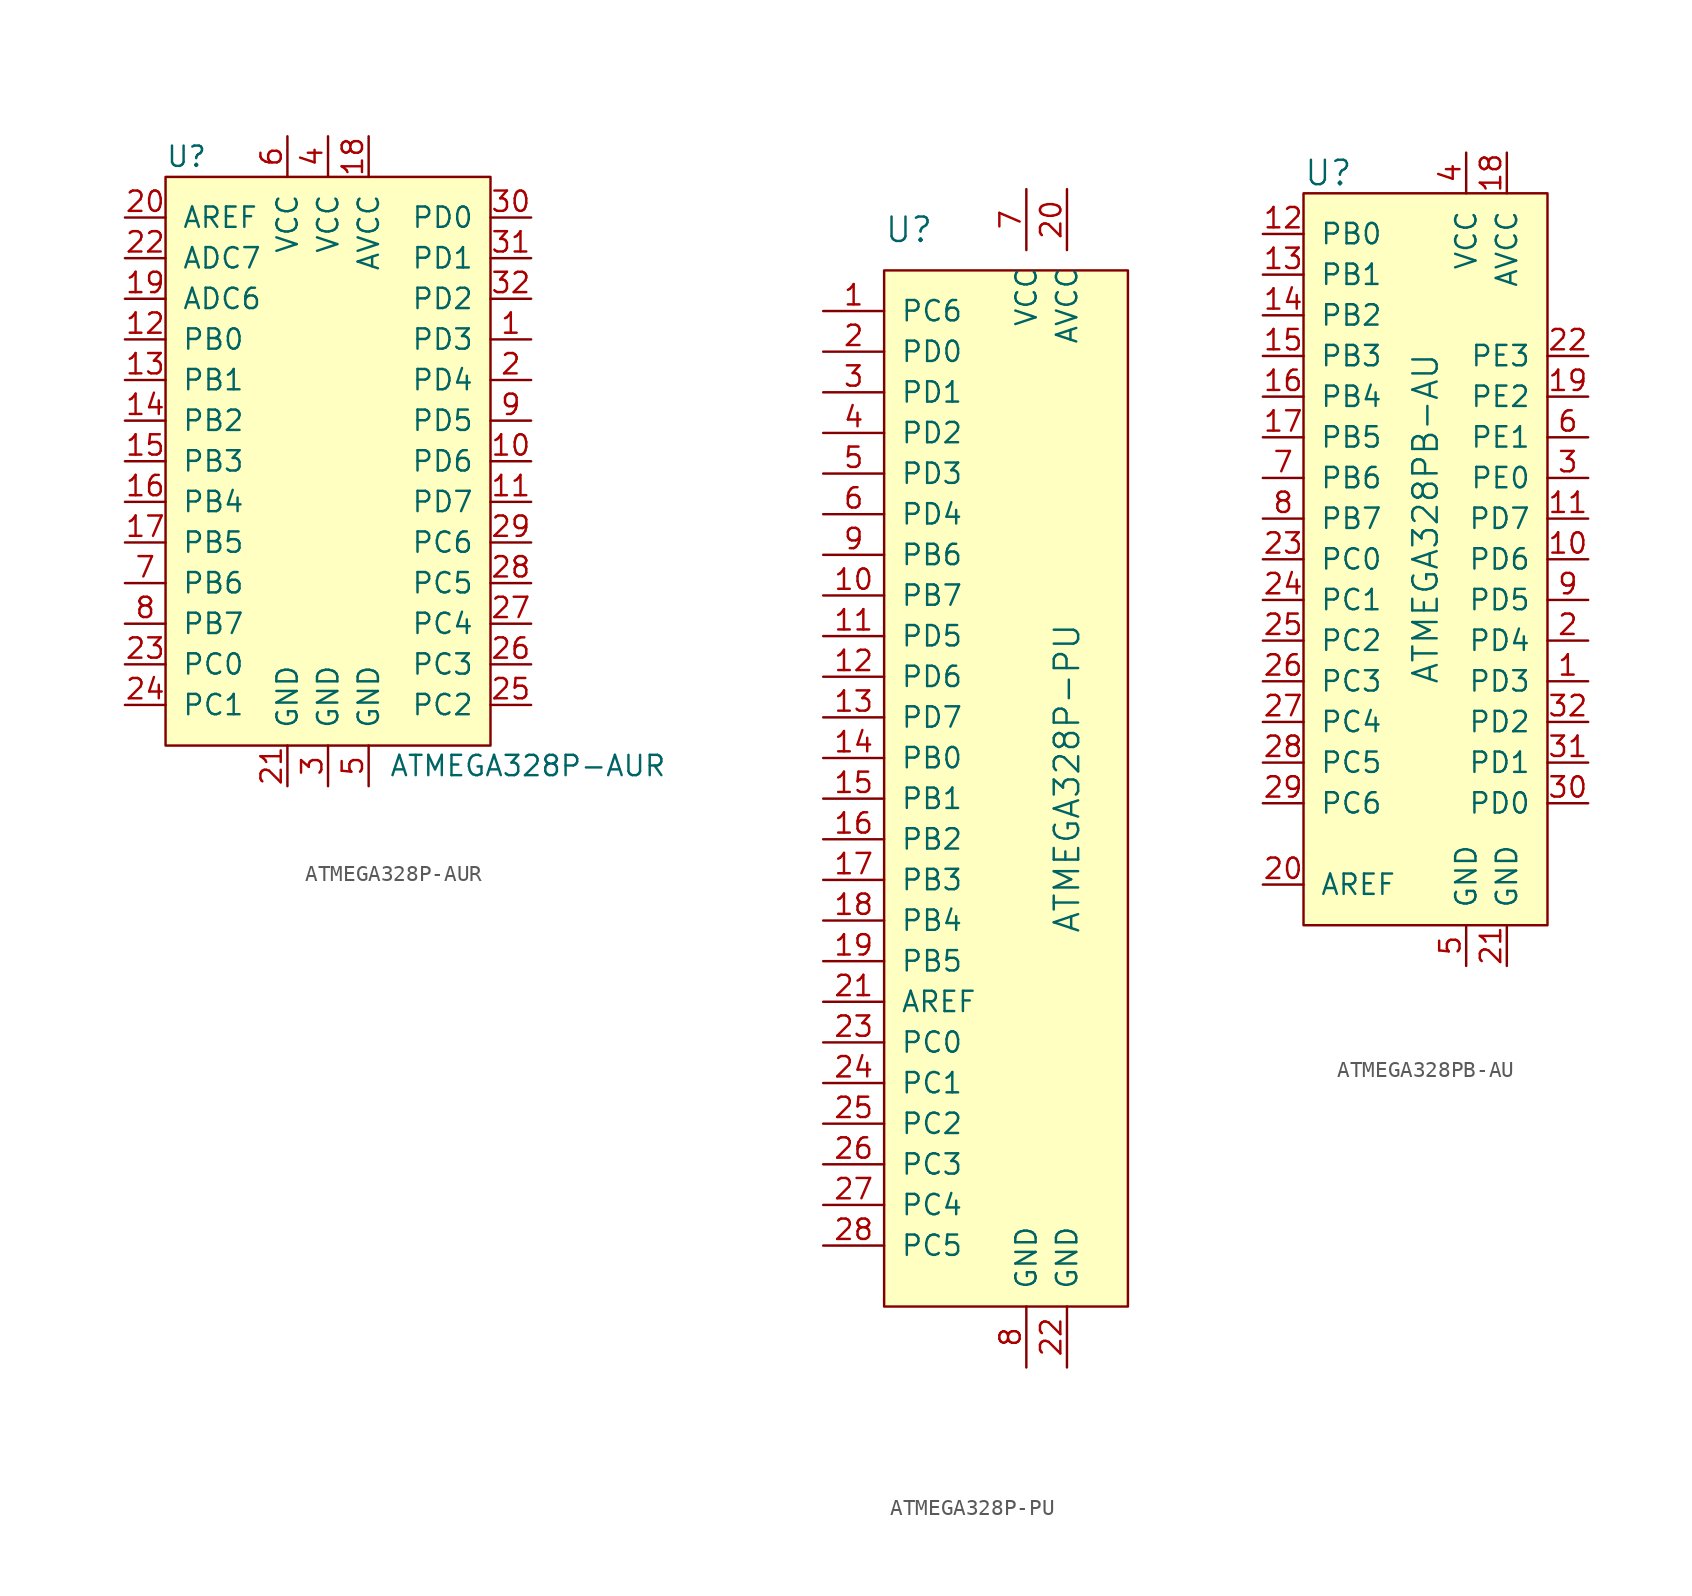
<source format=kicad_sym>
(kicad_symbol_lib
  (version 20220914)
  (generator kicad_symbol_editor)
  (symbol "ATMEGA328P-AUR"
    (pin_names
      (offset 1.016))
    (property "Reference" "U"
      (at -10.16 24.13 0)
      (effects (font (size 1.27 1.27)) (justify left)))
    (property "Value" "ATMEGA328P-AUR"
      (at 3.81 -13.97 0)
      (effects (font (size 1.27 1.27)) (justify left)))
    (symbol "ATMEGA328P-AUR_0_1"
      (rectangle (start -10.16 22.86) (end 10.16 -12.7) (stroke (width 0) (type solid)) (fill (type background))))
    (symbol "ATMEGA328P-AUR_1_1"
      (pin bidirectional line (at 12.7 12.7 180) (length 2.54) (name "PD3" (effects (font (size 1.27 1.27)))) (number "1" (effects (font (size 1.27 1.27)))))
      (pin bidirectional line (at 12.7 5.08 180) (length 2.54) (name "PD6" (effects (font (size 1.27 1.27)))) (number "10" (effects (font (size 1.27 1.27)))))
      (pin bidirectional line (at 12.7 2.54 180) (length 2.54) (name "PD7" (effects (font (size 1.27 1.27)))) (number "11" (effects (font (size 1.27 1.27)))))
      (pin bidirectional line (at -12.7 12.7 0) (length 2.54) (name "PB0" (effects (font (size 1.27 1.27)))) (number "12" (effects (font (size 1.27 1.27)))))
      (pin bidirectional line (at -12.7 10.16 0) (length 2.54) (name "PB1" (effects (font (size 1.27 1.27)))) (number "13" (effects (font (size 1.27 1.27)))))
      (pin bidirectional line (at -12.7 7.62 0) (length 2.54) (name "PB2" (effects (font (size 1.27 1.27)))) (number "14" (effects (font (size 1.27 1.27)))))
      (pin bidirectional line (at -12.7 5.08 0) (length 2.54) (name "PB3" (effects (font (size 1.27 1.27)))) (number "15" (effects (font (size 1.27 1.27)))))
      (pin bidirectional line (at -12.7 2.54 0) (length 2.54) (name "PB4" (effects (font (size 1.27 1.27)))) (number "16" (effects (font (size 1.27 1.27)))))
      (pin bidirectional line (at -12.7 0 0) (length 2.54) (name "PB5" (effects (font (size 1.27 1.27)))) (number "17" (effects (font (size 1.27 1.27)))))
      (pin power_in line (at 2.54 25.4 270) (length 2.54) (name "AVCC" (effects (font (size 1.27 1.27)))) (number "18" (effects (font (size 1.27 1.27)))))
      (pin input line (at -12.7 15.24 0) (length 2.54) (name "ADC6" (effects (font (size 1.27 1.27)))) (number "19" (effects (font (size 1.27 1.27)))))
      (pin bidirectional line (at 12.7 10.16 180) (length 2.54) (name "PD4" (effects (font (size 1.27 1.27)))) (number "2" (effects (font (size 1.27 1.27)))))
      (pin input line (at -12.7 20.32 0) (length 2.54) (name "AREF" (effects (font (size 1.27 1.27)))) (number "20" (effects (font (size 1.27 1.27)))))
      (pin power_in line (at -2.54 -15.24 90) (length 2.54) (name "GND" (effects (font (size 1.27 1.27)))) (number "21" (effects (font (size 1.27 1.27)))))
      (pin input line (at -12.7 17.78 0) (length 2.54) (name "ADC7" (effects (font (size 1.27 1.27)))) (number "22" (effects (font (size 1.27 1.27)))))
      (pin bidirectional line (at -12.7 -7.62 0) (length 2.54) (name "PC0" (effects (font (size 1.27 1.27)))) (number "23" (effects (font (size 1.27 1.27)))))
      (pin bidirectional line (at -12.7 -10.16 0) (length 2.54) (name "PC1" (effects (font (size 1.27 1.27)))) (number "24" (effects (font (size 1.27 1.27)))))
      (pin bidirectional line (at 12.7 -10.16 180) (length 2.54) (name "PC2" (effects (font (size 1.27 1.27)))) (number "25" (effects (font (size 1.27 1.27)))))
      (pin bidirectional line (at 12.7 -7.62 180) (length 2.54) (name "PC3" (effects (font (size 1.27 1.27)))) (number "26" (effects (font (size 1.27 1.27)))))
      (pin bidirectional line (at 12.7 -5.08 180) (length 2.54) (name "PC4" (effects (font (size 1.27 1.27)))) (number "27" (effects (font (size 1.27 1.27)))))
      (pin bidirectional line (at 12.7 -2.54 180) (length 2.54) (name "PC5" (effects (font (size 1.27 1.27)))) (number "28" (effects (font (size 1.27 1.27)))))
      (pin bidirectional line (at 12.7 0 180) (length 2.54) (name "PC6" (effects (font (size 1.27 1.27)))) (number "29" (effects (font (size 1.27 1.27)))))
      (pin power_in line (at 0 -15.24 90) (length 2.54) (name "GND" (effects (font (size 1.27 1.27)))) (number "3" (effects (font (size 1.27 1.27)))))
      (pin bidirectional line (at 12.7 20.32 180) (length 2.54) (name "PD0" (effects (font (size 1.27 1.27)))) (number "30" (effects (font (size 1.27 1.27)))))
      (pin bidirectional line (at 12.7 17.78 180) (length 2.54) (name "PD1" (effects (font (size 1.27 1.27)))) (number "31" (effects (font (size 1.27 1.27)))))
      (pin bidirectional line (at 12.7 15.24 180) (length 2.54) (name "PD2" (effects (font (size 1.27 1.27)))) (number "32" (effects (font (size 1.27 1.27)))))
      (pin power_in line (at 0 25.4 270) (length 2.54) (name "VCC" (effects (font (size 1.27 1.27)))) (number "4" (effects (font (size 1.27 1.27)))))
      (pin power_in line (at 2.54 -15.24 90) (length 2.54) (name "GND" (effects (font (size 1.27 1.27)))) (number "5" (effects (font (size 1.27 1.27)))))
      (pin power_in line (at -2.54 25.4 270) (length 2.54) (name "VCC" (effects (font (size 1.27 1.27)))) (number "6" (effects (font (size 1.27 1.27)))))
      (pin bidirectional line (at -12.7 -2.54 0) (length 2.54) (name "PB6" (effects (font (size 1.27 1.27)))) (number "7" (effects (font (size 1.27 1.27)))))
      (pin bidirectional line (at -12.7 -5.08 0) (length 2.54) (name "PB7" (effects (font (size 1.27 1.27)))) (number "8" (effects (font (size 1.27 1.27)))))
      (pin bidirectional line (at 12.7 7.62 180) (length 2.54) (name "PD5" (effects (font (size 1.27 1.27)))) (number "9" (effects (font (size 1.27 1.27)))))))
  (symbol "ATMEGA328P-PU"
    (pin_names
      (offset 1.016))
    (property "Reference" "U"
      (at -8.89 33.02 0)
      (effects (font (size 1.524 1.524)) (justify left)))
    (property "Value" "ATMEGA328P-PU"
      (at 2.54 -1.27 90)
      (effects (font (size 1.524 1.524))))
    (symbol "ATMEGA328P-PU_0_1"
      (rectangle (start -8.89 30.48) (end 6.35 -34.29) (stroke (width 0) (type solid)) (fill (type background))))
    (symbol "ATMEGA328P-PU_1_1"
      (pin bidirectional line (at -12.7 27.94 0) (length 3.81) (name "PC6" (effects (font (size 1.27 1.27)))) (number "1" (effects (font (size 1.27 1.27)))))
      (pin bidirectional line (at -12.7 10.16 0) (length 3.81) (name "PB7" (effects (font (size 1.27 1.27)))) (number "10" (effects (font (size 1.27 1.27)))))
      (pin bidirectional line (at -12.7 7.62 0) (length 3.81) (name "PD5" (effects (font (size 1.27 1.27)))) (number "11" (effects (font (size 1.27 1.27)))))
      (pin bidirectional line (at -12.7 5.08 0) (length 3.81) (name "PD6" (effects (font (size 1.27 1.27)))) (number "12" (effects (font (size 1.27 1.27)))))
      (pin bidirectional line (at -12.7 2.54 0) (length 3.81) (name "PD7" (effects (font (size 1.27 1.27)))) (number "13" (effects (font (size 1.27 1.27)))))
      (pin bidirectional line (at -12.7 0 0) (length 3.81) (name "PB0" (effects (font (size 1.27 1.27)))) (number "14" (effects (font (size 1.27 1.27)))))
      (pin bidirectional line (at -12.7 -2.54 0) (length 3.81) (name "PB1" (effects (font (size 1.27 1.27)))) (number "15" (effects (font (size 1.27 1.27)))))
      (pin bidirectional line (at -12.7 -5.08 0) (length 3.81) (name "PB2" (effects (font (size 1.27 1.27)))) (number "16" (effects (font (size 1.27 1.27)))))
      (pin bidirectional line (at -12.7 -7.62 0) (length 3.81) (name "PB3" (effects (font (size 1.27 1.27)))) (number "17" (effects (font (size 1.27 1.27)))))
      (pin bidirectional line (at -12.7 -10.16 0) (length 3.81) (name "PB4" (effects (font (size 1.27 1.27)))) (number "18" (effects (font (size 1.27 1.27)))))
      (pin bidirectional line (at -12.7 -12.7 0) (length 3.81) (name "PB5" (effects (font (size 1.27 1.27)))) (number "19" (effects (font (size 1.27 1.27)))))
      (pin bidirectional line (at -12.7 25.4 0) (length 3.81) (name "PD0" (effects (font (size 1.27 1.27)))) (number "2" (effects (font (size 1.27 1.27)))))
      (pin power_in line (at 2.54 35.56 270) (length 3.81) (name "AVCC" (effects (font (size 1.27 1.27)))) (number "20" (effects (font (size 1.27 1.27)))))
      (pin input line (at -12.7 -15.24 0) (length 3.81) (name "AREF" (effects (font (size 1.27 1.27)))) (number "21" (effects (font (size 1.27 1.27)))))
      (pin power_in line (at 2.54 -38.1 90) (length 3.81) (name "GND" (effects (font (size 1.27 1.27)))) (number "22" (effects (font (size 1.27 1.27)))))
      (pin bidirectional line (at -12.7 -17.78 0) (length 3.81) (name "PC0" (effects (font (size 1.27 1.27)))) (number "23" (effects (font (size 1.27 1.27)))))
      (pin bidirectional line (at -12.7 -20.32 0) (length 3.81) (name "PC1" (effects (font (size 1.27 1.27)))) (number "24" (effects (font (size 1.27 1.27)))))
      (pin bidirectional line (at -12.7 -22.86 0) (length 3.81) (name "PC2" (effects (font (size 1.27 1.27)))) (number "25" (effects (font (size 1.27 1.27)))))
      (pin bidirectional line (at -12.7 -25.4 0) (length 3.81) (name "PC3" (effects (font (size 1.27 1.27)))) (number "26" (effects (font (size 1.27 1.27)))))
      (pin bidirectional line (at -12.7 -27.94 0) (length 3.81) (name "PC4" (effects (font (size 1.27 1.27)))) (number "27" (effects (font (size 1.27 1.27)))))
      (pin bidirectional line (at -12.7 -30.48 0) (length 3.81) (name "PC5" (effects (font (size 1.27 1.27)))) (number "28" (effects (font (size 1.27 1.27)))))
      (pin bidirectional line (at -12.7 22.86 0) (length 3.81) (name "PD1" (effects (font (size 1.27 1.27)))) (number "3" (effects (font (size 1.27 1.27)))))
      (pin bidirectional line (at -12.7 20.32 0) (length 3.81) (name "PD2" (effects (font (size 1.27 1.27)))) (number "4" (effects (font (size 1.27 1.27)))))
      (pin bidirectional line (at -12.7 17.78 0) (length 3.81) (name "PD3" (effects (font (size 1.27 1.27)))) (number "5" (effects (font (size 1.27 1.27)))))
      (pin bidirectional line (at -12.7 15.24 0) (length 3.81) (name "PD4" (effects (font (size 1.27 1.27)))) (number "6" (effects (font (size 1.27 1.27)))))
      (pin power_in line (at 0 35.56 270) (length 3.81) (name "VCC" (effects (font (size 1.27 1.27)))) (number "7" (effects (font (size 1.27 1.27)))))
      (pin power_in line (at 0 -38.1 90) (length 3.81) (name "GND" (effects (font (size 1.27 1.27)))) (number "8" (effects (font (size 1.27 1.27)))))
      (pin bidirectional line (at -12.7 12.7 0) (length 3.81) (name "PB6" (effects (font (size 1.27 1.27)))) (number "9" (effects (font (size 1.27 1.27)))))))
  (symbol "ATMEGA328PB-AU"
    (pin_names
      (offset 1.016))
    (property "Reference" "U"
      (at -10.16 13.97 0)
      (effects (font (size 1.524 1.524)) (justify left)))
    (property "Value" "ATMEGA328PB-AU"
      (at -2.54 -7.62 90)
      (effects (font (size 1.524 1.524))))
    (symbol "ATMEGA328PB-AU_0_1"
      (rectangle (start -10.16 12.7) (end 5.08 -33.02) (stroke (width 0) (type solid)) (fill (type background))))
    (symbol "ATMEGA328PB-AU_1_1"
      (pin bidirectional line (at 7.62 -17.78 180) (length 2.54) (name "PD3" (effects (font (size 1.27 1.27)))) (number "1" (effects (font (size 1.27 1.27)))))
      (pin bidirectional line (at 7.62 -10.16 180) (length 2.54) (name "PD6" (effects (font (size 1.27 1.27)))) (number "10" (effects (font (size 1.27 1.27)))))
      (pin bidirectional line (at 7.62 -7.62 180) (length 2.54) (name "PD7" (effects (font (size 1.27 1.27)))) (number "11" (effects (font (size 1.27 1.27)))))
      (pin bidirectional line (at -12.7 10.16 0) (length 2.54) (name "PB0" (effects (font (size 1.27 1.27)))) (number "12" (effects (font (size 1.27 1.27)))))
      (pin bidirectional line (at -12.7 7.62 0) (length 2.54) (name "PB1" (effects (font (size 1.27 1.27)))) (number "13" (effects (font (size 1.27 1.27)))))
      (pin bidirectional line (at -12.7 5.08 0) (length 2.54) (name "PB2" (effects (font (size 1.27 1.27)))) (number "14" (effects (font (size 1.27 1.27)))))
      (pin bidirectional line (at -12.7 2.54 0) (length 2.54) (name "PB3" (effects (font (size 1.27 1.27)))) (number "15" (effects (font (size 1.27 1.27)))))
      (pin bidirectional line (at -12.7 0 0) (length 2.54) (name "PB4" (effects (font (size 1.27 1.27)))) (number "16" (effects (font (size 1.27 1.27)))))
      (pin bidirectional line (at -12.7 -2.54 0) (length 2.54) (name "PB5" (effects (font (size 1.27 1.27)))) (number "17" (effects (font (size 1.27 1.27)))))
      (pin power_in line (at 2.54 15.24 270) (length 2.54) (name "AVCC" (effects (font (size 1.27 1.27)))) (number "18" (effects (font (size 1.27 1.27)))))
      (pin bidirectional line (at 7.62 0 180) (length 2.54) (name "PE2" (effects (font (size 1.27 1.27)))) (number "19" (effects (font (size 1.27 1.27)))))
      (pin bidirectional line (at 7.62 -15.24 180) (length 2.54) (name "PD4" (effects (font (size 1.27 1.27)))) (number "2" (effects (font (size 1.27 1.27)))))
      (pin input line (at -12.7 -30.48 0) (length 2.54) (name "AREF" (effects (font (size 1.27 1.27)))) (number "20" (effects (font (size 1.27 1.27)))))
      (pin power_in line (at 2.54 -35.56 90) (length 2.54) (name "GND" (effects (font (size 1.27 1.27)))) (number "21" (effects (font (size 1.27 1.27)))))
      (pin bidirectional line (at 7.62 2.54 180) (length 2.54) (name "PE3" (effects (font (size 1.27 1.27)))) (number "22" (effects (font (size 1.27 1.27)))))
      (pin bidirectional line (at -12.7 -10.16 0) (length 2.54) (name "PC0" (effects (font (size 1.27 1.27)))) (number "23" (effects (font (size 1.27 1.27)))))
      (pin bidirectional line (at -12.7 -12.7 0) (length 2.54) (name "PC1" (effects (font (size 1.27 1.27)))) (number "24" (effects (font (size 1.27 1.27)))))
      (pin bidirectional line (at -12.7 -15.24 0) (length 2.54) (name "PC2" (effects (font (size 1.27 1.27)))) (number "25" (effects (font (size 1.27 1.27)))))
      (pin bidirectional line (at -12.7 -17.78 0) (length 2.54) (name "PC3" (effects (font (size 1.27 1.27)))) (number "26" (effects (font (size 1.27 1.27)))))
      (pin bidirectional line (at -12.7 -20.32 0) (length 2.54) (name "PC4" (effects (font (size 1.27 1.27)))) (number "27" (effects (font (size 1.27 1.27)))))
      (pin bidirectional line (at -12.7 -22.86 0) (length 2.54) (name "PC5" (effects (font (size 1.27 1.27)))) (number "28" (effects (font (size 1.27 1.27)))))
      (pin bidirectional line (at -12.7 -25.4 0) (length 2.54) (name "PC6" (effects (font (size 1.27 1.27)))) (number "29" (effects (font (size 1.27 1.27)))))
      (pin bidirectional line (at 7.62 -5.08 180) (length 2.54) (name "PE0" (effects (font (size 1.27 1.27)))) (number "3" (effects (font (size 1.27 1.27)))))
      (pin bidirectional line (at 7.62 -25.4 180) (length 2.54) (name "PD0" (effects (font (size 1.27 1.27)))) (number "30" (effects (font (size 1.27 1.27)))))
      (pin bidirectional line (at 7.62 -22.86 180) (length 2.54) (name "PD1" (effects (font (size 1.27 1.27)))) (number "31" (effects (font (size 1.27 1.27)))))
      (pin bidirectional line (at 7.62 -20.32 180) (length 2.54) (name "PD2" (effects (font (size 1.27 1.27)))) (number "32" (effects (font (size 1.27 1.27)))))
      (pin power_in line (at 0 15.24 270) (length 2.54) (name "VCC" (effects (font (size 1.27 1.27)))) (number "4" (effects (font (size 1.27 1.27)))))
      (pin power_in line (at 0 -35.56 90) (length 2.54) (name "GND" (effects (font (size 1.27 1.27)))) (number "5" (effects (font (size 1.27 1.27)))))
      (pin bidirectional line (at 7.62 -2.54 180) (length 2.54) (name "PE1" (effects (font (size 1.27 1.27)))) (number "6" (effects (font (size 1.27 1.27)))))
      (pin bidirectional line (at -12.7 -5.08 0) (length 2.54) (name "PB6" (effects (font (size 1.27 1.27)))) (number "7" (effects (font (size 1.27 1.27)))))
      (pin bidirectional line (at -12.7 -7.62 0) (length 2.54) (name "PB7" (effects (font (size 1.27 1.27)))) (number "8" (effects (font (size 1.27 1.27)))))
      (pin bidirectional line (at 7.62 -12.7 180) (length 2.54) (name "PD5" (effects (font (size 1.27 1.27)))) (number "9" (effects (font (size 1.27 1.27))))))))
</source>
